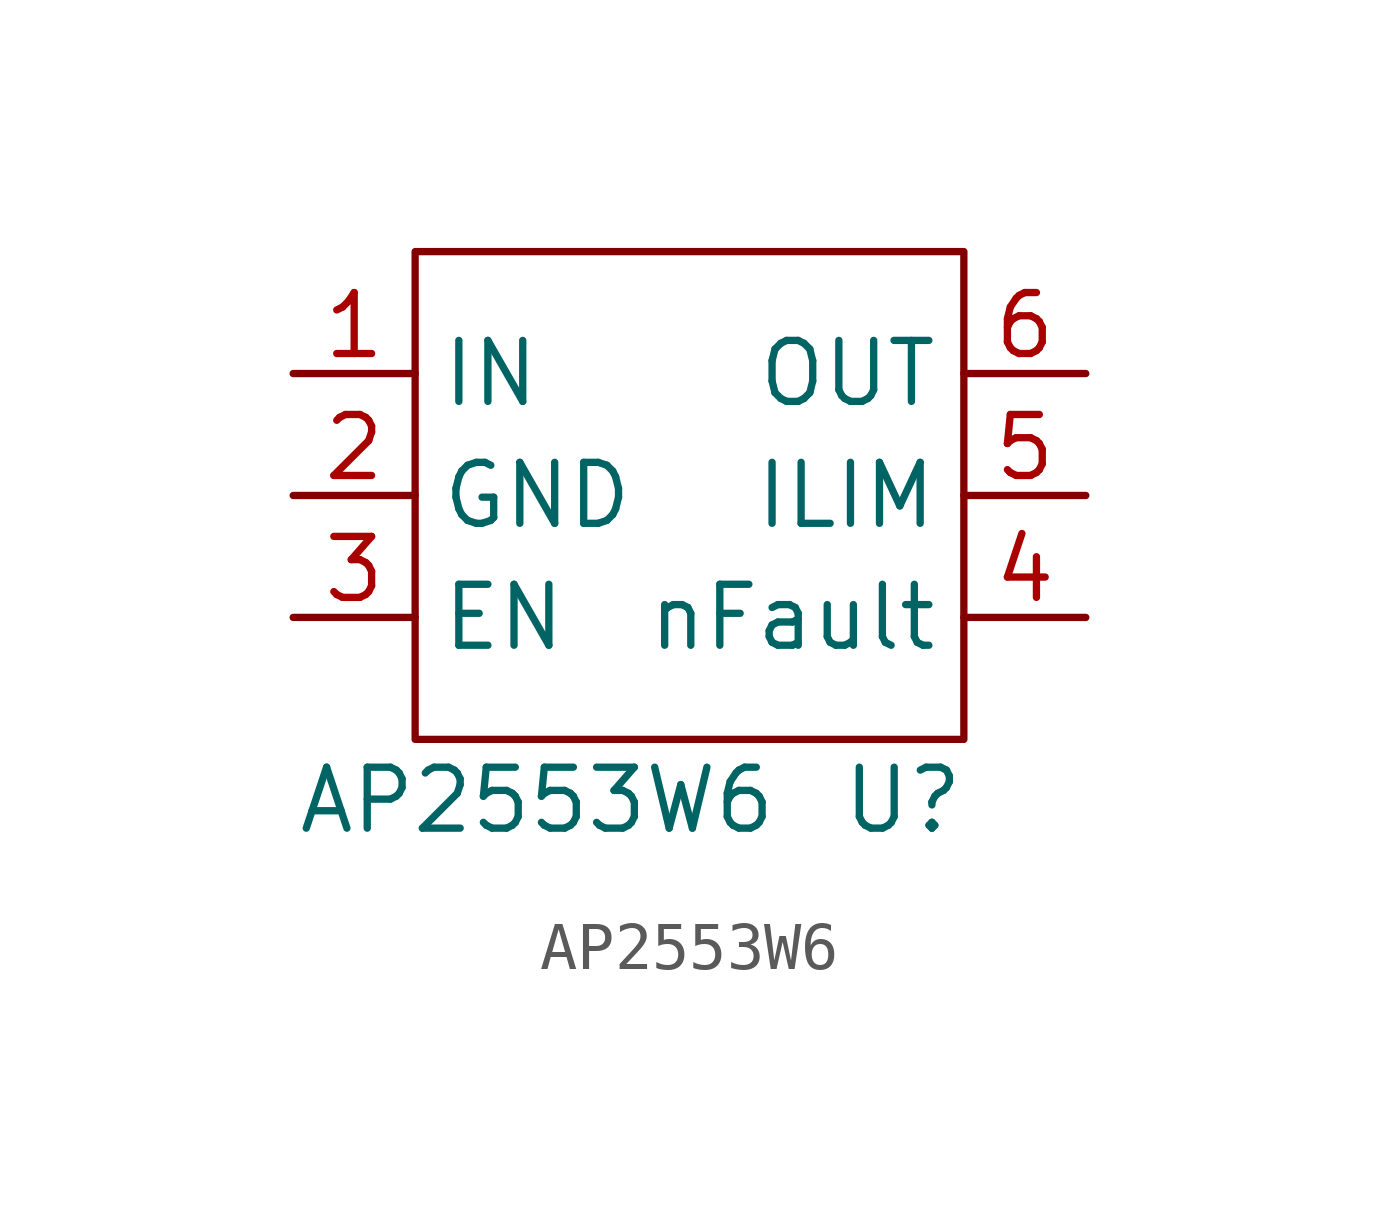
<source format=kicad_sym>
(kicad_symbol_lib
  (version 20241209)
  (generator "kicad_symbol_editor")
  (generator_version "9.0")
  (symbol "AP2553W6"
    (property "Reference" "U"
      (at 3.81 -6.35 0)
      (effects (font (size 1.27 1.27))))
    (property "Value" "AP2553W6"
      (at -3.81 -6.35 0)
      (effects (font (size 1.27 1.27))))
    (symbol "AP2553W6_0_0"
      (pin power_in line (at -8.89 2.54 0) (length 2.54) (name "IN" (effects (font (size 1.27 1.27)))) (number "1" (effects (font (size 1.27 1.27)))))
      (pin power_out line (at -8.89 0 0) (length 2.54) (name "GND" (effects (font (size 1.27 1.27)))) (number "2" (effects (font (size 1.27 1.27)))))
      (pin input line (at -8.89 -2.54 0) (length 2.54) (name "EN" (effects (font (size 1.27 1.27)))) (number "3" (effects (font (size 1.27 1.27)))))
      (pin power_out line (at 7.62 2.54 180) (length 2.54) (name "OUT" (effects (font (size 1.27 1.27)))) (number "6" (effects (font (size 1.27 1.27)))))
      (pin passive line (at 7.62 0 180) (length 2.54) (name "ILIM" (effects (font (size 1.27 1.27)))) (number "5" (effects (font (size 1.27 1.27)))))
      (pin open_collector line (at 7.62 -2.54 180) (length 2.54) (name "nFault" (effects (font (size 1.27 1.27)))) (number "4" (effects (font (size 1.27 1.27))))))
    (symbol "AP2553W6_0_1"
      (rectangle (start -6.35 5.08) (end 5.08 -5.08) (stroke (width 0) (type default)) (fill (type none))))))
</source>
